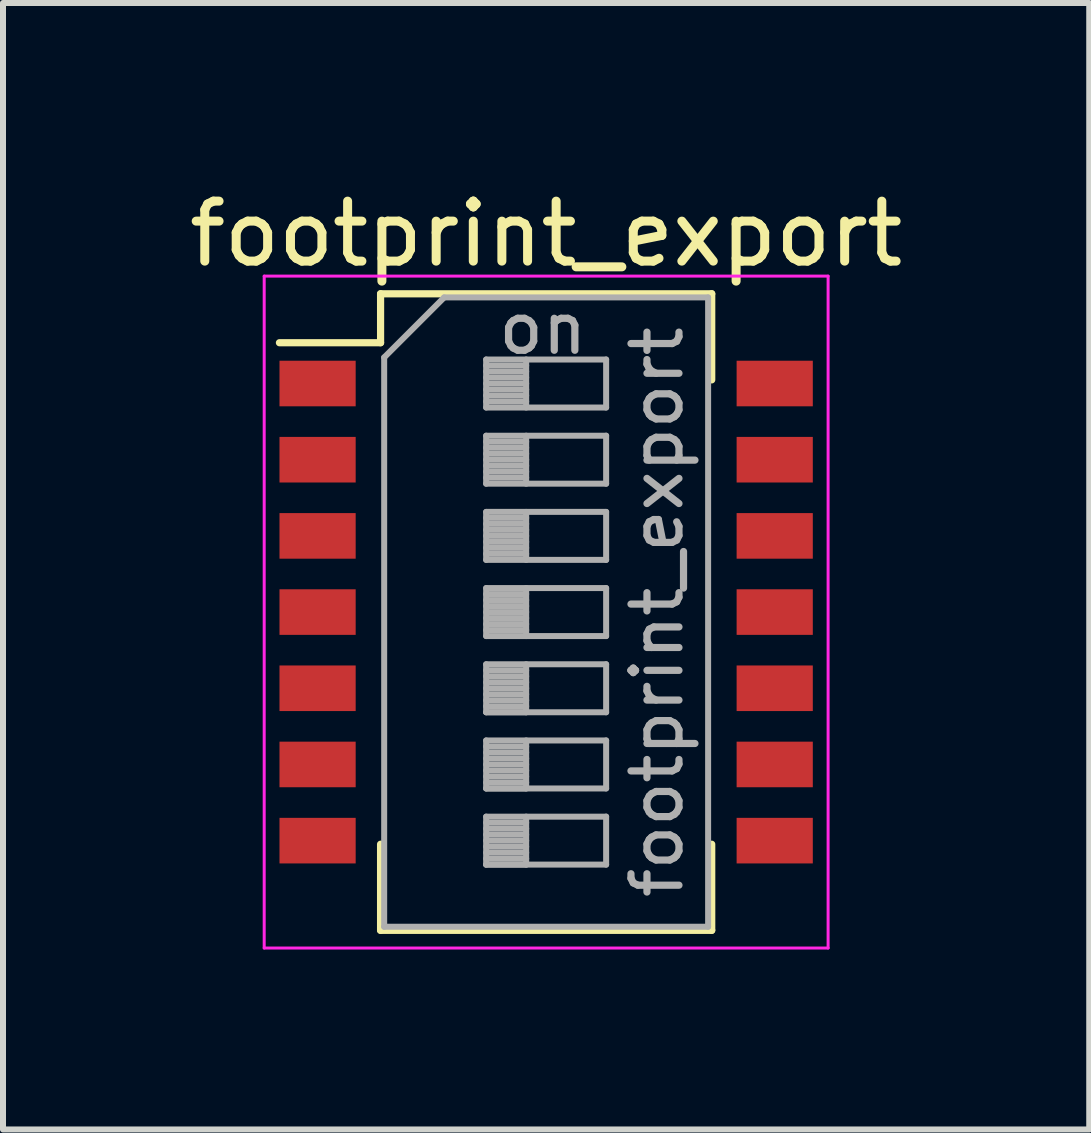
<source format=kicad_pcb>
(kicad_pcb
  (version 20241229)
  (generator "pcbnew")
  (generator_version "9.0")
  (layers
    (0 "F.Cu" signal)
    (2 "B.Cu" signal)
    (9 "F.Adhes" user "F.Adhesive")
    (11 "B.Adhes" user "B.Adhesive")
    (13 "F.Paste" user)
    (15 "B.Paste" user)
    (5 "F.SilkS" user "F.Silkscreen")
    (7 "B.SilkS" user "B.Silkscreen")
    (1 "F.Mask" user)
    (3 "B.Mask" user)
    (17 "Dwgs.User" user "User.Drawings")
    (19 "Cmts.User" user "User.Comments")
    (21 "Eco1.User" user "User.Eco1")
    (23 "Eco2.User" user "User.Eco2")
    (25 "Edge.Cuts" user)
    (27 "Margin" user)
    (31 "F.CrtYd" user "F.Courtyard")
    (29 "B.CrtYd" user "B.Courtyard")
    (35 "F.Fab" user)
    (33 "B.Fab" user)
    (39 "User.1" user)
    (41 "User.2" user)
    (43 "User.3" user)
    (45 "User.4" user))
  (footprint "footprint_export"
    (layer "F.Cu")
    (at 6.054 7.153)
    (property "Reference" "footprint_export" (at 0 -6.305 0) (layer "F.SilkS") (effects (font (size 1 1) (thickness 0.15))))
    (attr smd)
    (fp_line (start -4.446 -4.49) (end -2.76 -4.49) (stroke (width 0.12) (type solid)) (layer "F.SilkS"))
    (fp_line (start -2.76 -5.306) (end -2.76 -4.49) (stroke (width 0.12) (type solid)) (layer "F.SilkS"))
    (fp_line (start -2.76 -5.306) (end 2.76 -5.306) (stroke (width 0.12) (type solid)) (layer "F.SilkS"))
    (fp_line (start -2.76 3.87) (end -2.76 5.305) (stroke (width 0.12) (type solid)) (layer "F.SilkS"))
    (fp_line (start -2.76 5.305) (end 2.76 5.305) (stroke (width 0.12) (type solid)) (layer "F.SilkS"))
    (fp_line (start 2.76 -5.306) (end 2.76 -3.871) (stroke (width 0.12) (type solid)) (layer "F.SilkS"))
    (fp_line (start 2.76 3.87) (end 2.76 5.305) (stroke (width 0.12) (type solid)) (layer "F.SilkS"))
    (fp_line (start -4.7 -5.6) (end -4.7 5.6) (stroke (width 0.05) (type solid)) (layer "F.CrtYd"))
    (fp_line (start -4.7 5.6) (end 4.7 5.6) (stroke (width 0.05) (type solid)) (layer "F.CrtYd"))
    (fp_line (start 4.7 -5.6) (end -4.7 -5.6) (stroke (width 0.05) (type solid)) (layer "F.CrtYd"))
    (fp_line (start 4.7 5.6) (end 4.7 -5.6) (stroke (width 0.05) (type solid)) (layer "F.CrtYd"))
    (fp_line (start -2.7 -4.245) (end -1.7 -5.245) (stroke (width 0.1) (type solid)) (layer "F.Fab"))
    (fp_line (start -2.7 5.245) (end -2.7 -4.245) (stroke (width 0.1) (type solid)) (layer "F.Fab"))
    (fp_line (start -1.7 -5.245) (end 2.7 -5.245) (stroke (width 0.1) (type solid)) (layer "F.Fab"))
    (fp_line (start -1 -4.21) (end -1 -3.41) (stroke (width 0.1) (type solid)) (layer "F.Fab"))
    (fp_line (start -1 -4.11) (end -0.333 -4.11) (stroke (width 0.1) (type solid)) (layer "F.Fab"))
    (fp_line (start -1 -4.01) (end -0.333 -4.01) (stroke (width 0.1) (type solid)) (layer "F.Fab"))
    (fp_line (start -1 -3.91) (end -0.333 -3.91) (stroke (width 0.1) (type solid)) (layer "F.Fab"))
    (fp_line (start -1 -3.81) (end -0.333 -3.81) (stroke (width 0.1) (type solid)) (layer "F.Fab"))
    (fp_line (start -1 -3.71) (end -0.333 -3.71) (stroke (width 0.1) (type solid)) (layer "F.Fab"))
    (fp_line (start -1 -3.61) (end -0.333 -3.61) (stroke (width 0.1) (type solid)) (layer "F.Fab"))
    (fp_line (start -1 -3.51) (end -0.333 -3.51) (stroke (width 0.1) (type solid)) (layer "F.Fab"))
    (fp_line (start -1 -3.41) (end 1 -3.41) (stroke (width 0.1) (type solid)) (layer "F.Fab"))
    (fp_line (start -1 -2.94) (end -1 -2.14) (stroke (width 0.1) (type solid)) (layer "F.Fab"))
    (fp_line (start -1 -2.84) (end -0.333 -2.84) (stroke (width 0.1) (type solid)) (layer "F.Fab"))
    (fp_line (start -1 -2.74) (end -0.333 -2.74) (stroke (width 0.1) (type solid)) (layer "F.Fab"))
    (fp_line (start -1 -2.64) (end -0.333 -2.64) (stroke (width 0.1) (type solid)) (layer "F.Fab"))
    (fp_line (start -1 -2.54) (end -0.333 -2.54) (stroke (width 0.1) (type solid)) (layer "F.Fab"))
    (fp_line (start -1 -2.44) (end -0.333 -2.44) (stroke (width 0.1) (type solid)) (layer "F.Fab"))
    (fp_line (start -1 -2.34) (end -0.333 -2.34) (stroke (width 0.1) (type solid)) (layer "F.Fab"))
    (fp_line (start -1 -2.24) (end -0.333 -2.24) (stroke (width 0.1) (type solid)) (layer "F.Fab"))
    (fp_line (start -1 -2.14) (end 1 -2.14) (stroke (width 0.1) (type solid)) (layer "F.Fab"))
    (fp_line (start -1 -1.67) (end -1 -0.87) (stroke (width 0.1) (type solid)) (layer "F.Fab"))
    (fp_line (start -1 -1.57) (end -0.333 -1.57) (stroke (width 0.1) (type solid)) (layer "F.Fab"))
    (fp_line (start -1 -1.47) (end -0.333 -1.47) (stroke (width 0.1) (type solid)) (layer "F.Fab"))
    (fp_line (start -1 -1.37) (end -0.333 -1.37) (stroke (width 0.1) (type solid)) (layer "F.Fab"))
    (fp_line (start -1 -1.27) (end -0.333 -1.27) (stroke (width 0.1) (type solid)) (layer "F.Fab"))
    (fp_line (start -1 -1.17) (end -0.333 -1.17) (stroke (width 0.1) (type solid)) (layer "F.Fab"))
    (fp_line (start -1 -1.07) (end -0.333 -1.07) (stroke (width 0.1) (type solid)) (layer "F.Fab"))
    (fp_line (start -1 -0.97) (end -0.333 -0.97) (stroke (width 0.1) (type solid)) (layer "F.Fab"))
    (fp_line (start -1 -0.87) (end 1 -0.87) (stroke (width 0.1) (type solid)) (layer "F.Fab"))
    (fp_line (start -1 -0.4) (end -1 0.4) (stroke (width 0.1) (type solid)) (layer "F.Fab"))
    (fp_line (start -1 -0.3) (end -0.333 -0.3) (stroke (width 0.1) (type solid)) (layer "F.Fab"))
    (fp_line (start -1 -0.2) (end -0.333 -0.2) (stroke (width 0.1) (type solid)) (layer "F.Fab"))
    (fp_line (start -1 -0.1) (end -0.333 -0.1) (stroke (width 0.1) (type solid)) (layer "F.Fab"))
    (fp_line (start -1 0) (end -0.333 0) (stroke (width 0.1) (type solid)) (layer "F.Fab"))
    (fp_line (start -1 0.1) (end -0.333 0.1) (stroke (width 0.1) (type solid)) (layer "F.Fab"))
    (fp_line (start -1 0.2) (end -0.333 0.2) (stroke (width 0.1) (type solid)) (layer "F.Fab"))
    (fp_line (start -1 0.3) (end -0.333 0.3) (stroke (width 0.1) (type solid)) (layer "F.Fab"))
    (fp_line (start -1 0.4) (end 1 0.4) (stroke (width 0.1) (type solid)) (layer "F.Fab"))
    (fp_line (start -1 0.87) (end -1 1.67) (stroke (width 0.1) (type solid)) (layer "F.Fab"))
    (fp_line (start -1 0.97) (end -0.333 0.97) (stroke (width 0.1) (type solid)) (layer "F.Fab"))
    (fp_line (start -1 1.07) (end -0.333 1.07) (stroke (width 0.1) (type solid)) (layer "F.Fab"))
    (fp_line (start -1 1.17) (end -0.333 1.17) (stroke (width 0.1) (type solid)) (layer "F.Fab"))
    (fp_line (start -1 1.27) (end -0.333 1.27) (stroke (width 0.1) (type solid)) (layer "F.Fab"))
    (fp_line (start -1 1.37) (end -0.333 1.37) (stroke (width 0.1) (type solid)) (layer "F.Fab"))
    (fp_line (start -1 1.47) (end -0.333 1.47) (stroke (width 0.1) (type solid)) (layer "F.Fab"))
    (fp_line (start -1 1.57) (end -0.333 1.57) (stroke (width 0.1) (type solid)) (layer "F.Fab"))
    (fp_line (start -1 1.67) (end -0.333 1.67) (stroke (width 0.1) (type solid)) (layer "F.Fab"))
    (fp_line (start -1 1.67) (end 1 1.67) (stroke (width 0.1) (type solid)) (layer "F.Fab"))
    (fp_line (start -1 2.14) (end -1 2.94) (stroke (width 0.1) (type solid)) (layer "F.Fab"))
    (fp_line (start -1 2.24) (end -0.333 2.24) (stroke (width 0.1) (type solid)) (layer "F.Fab"))
    (fp_line (start -1 2.34) (end -0.333 2.34) (stroke (width 0.1) (type solid)) (layer "F.Fab"))
    (fp_line (start -1 2.44) (end -0.333 2.44) (stroke (width 0.1) (type solid)) (layer "F.Fab"))
    (fp_line (start -1 2.54) (end -0.333 2.54) (stroke (width 0.1) (type solid)) (layer "F.Fab"))
    (fp_line (start -1 2.64) (end -0.333 2.64) (stroke (width 0.1) (type solid)) (layer "F.Fab"))
    (fp_line (start -1 2.74) (end -0.333 2.74) (stroke (width 0.1) (type solid)) (layer "F.Fab"))
    (fp_line (start -1 2.84) (end -0.333 2.84) (stroke (width 0.1) (type solid)) (layer "F.Fab"))
    (fp_line (start -1 2.94) (end -0.333 2.94) (stroke (width 0.1) (type solid)) (layer "F.Fab"))
    (fp_line (start -1 2.94) (end 1 2.94) (stroke (width 0.1) (type solid)) (layer "F.Fab"))
    (fp_line (start -1 3.41) (end -1 4.21) (stroke (width 0.1) (type solid)) (layer "F.Fab"))
    (fp_line (start -1 3.51) (end -0.333 3.51) (stroke (width 0.1) (type solid)) (layer "F.Fab"))
    (fp_line (start -1 3.61) (end -0.333 3.61) (stroke (width 0.1) (type solid)) (layer "F.Fab"))
    (fp_line (start -1 3.71) (end -0.333 3.71) (stroke (width 0.1) (type solid)) (layer "F.Fab"))
    (fp_line (start -1 3.81) (end -0.333 3.81) (stroke (width 0.1) (type solid)) (layer "F.Fab"))
    (fp_line (start -1 3.91) (end -0.333 3.91) (stroke (width 0.1) (type solid)) (layer "F.Fab"))
    (fp_line (start -1 4.01) (end -0.333 4.01) (stroke (width 0.1) (type solid)) (layer "F.Fab"))
    (fp_line (start -1 4.11) (end -0.333 4.11) (stroke (width 0.1) (type solid)) (layer "F.Fab"))
    (fp_line (start -1 4.21) (end -0.333 4.21) (stroke (width 0.1) (type solid)) (layer "F.Fab"))
    (fp_line (start -1 4.21) (end 1 4.21) (stroke (width 0.1) (type solid)) (layer "F.Fab"))
    (fp_line (start -0.333 -4.21) (end -0.333 -3.41) (stroke (width 0.1) (type solid)) (layer "F.Fab"))
    (fp_line (start -0.333 -2.94) (end -0.333 -2.14) (stroke (width 0.1) (type solid)) (layer "F.Fab"))
    (fp_line (start -0.333 -1.67) (end -0.333 -0.87) (stroke (width 0.1) (type solid)) (layer "F.Fab"))
    (fp_line (start -0.333 -0.4) (end -0.333 0.4) (stroke (width 0.1) (type solid)) (layer "F.Fab"))
    (fp_line (start -0.333 0.87) (end -0.333 1.67) (stroke (width 0.1) (type solid)) (layer "F.Fab"))
    (fp_line (start -0.333 2.14) (end -0.333 2.94) (stroke (width 0.1) (type solid)) (layer "F.Fab"))
    (fp_line (start -0.333 3.41) (end -0.333 4.21) (stroke (width 0.1) (type solid)) (layer "F.Fab"))
    (fp_line (start 1 -4.21) (end -1 -4.21) (stroke (width 0.1) (type solid)) (layer "F.Fab"))
    (fp_line (start 1 -3.41) (end 1 -4.21) (stroke (width 0.1) (type solid)) (layer "F.Fab"))
    (fp_line (start 1 -2.94) (end -1 -2.94) (stroke (width 0.1) (type solid)) (layer "F.Fab"))
    (fp_line (start 1 -2.14) (end 1 -2.94) (stroke (width 0.1) (type solid)) (layer "F.Fab"))
    (fp_line (start 1 -1.67) (end -1 -1.67) (stroke (width 0.1) (type solid)) (layer "F.Fab"))
    (fp_line (start 1 -0.87) (end 1 -1.67) (stroke (width 0.1) (type solid)) (layer "F.Fab"))
    (fp_line (start 1 -0.4) (end -1 -0.4) (stroke (width 0.1) (type solid)) (layer "F.Fab"))
    (fp_line (start 1 0.4) (end 1 -0.4) (stroke (width 0.1) (type solid)) (layer "F.Fab"))
    (fp_line (start 1 0.87) (end -1 0.87) (stroke (width 0.1) (type solid)) (layer "F.Fab"))
    (fp_line (start 1 1.67) (end 1 0.87) (stroke (width 0.1) (type solid)) (layer "F.Fab"))
    (fp_line (start 1 2.14) (end -1 2.14) (stroke (width 0.1) (type solid)) (layer "F.Fab"))
    (fp_line (start 1 2.94) (end 1 2.14) (stroke (width 0.1) (type solid)) (layer "F.Fab"))
    (fp_line (start 1 3.41) (end -1 3.41) (stroke (width 0.1) (type solid)) (layer "F.Fab"))
    (fp_line (start 1 4.21) (end 1 3.41) (stroke (width 0.1) (type solid)) (layer "F.Fab"))
    (fp_line (start 2.7 -5.245) (end 2.7 5.245) (stroke (width 0.1) (type solid)) (layer "F.Fab"))
    (fp_line (start 2.7 5.245) (end -2.7 5.245) (stroke (width 0.1) (type solid)) (layer "F.Fab"))
    (fp_text user "on" (at -0.055 -4.728 0) (layer "F.Fab") (effects (font (size 0.8 0.8) (thickness 0.12))))
    (fp_text user "${REFERENCE}" (at 1.85 0 90) (layer "F.Fab") (effects (font (size 0.8 0.8) (thickness 0.12))))
    (pad "1" smd rect (at -3.81 -3.81) (size 1.27 0.76) (layers "F.Cu" "F.Mask" "F.Paste"))
    (pad "2" smd rect (at -3.81 -2.54) (size 1.27 0.76) (layers "F.Cu" "F.Mask" "F.Paste"))
    (pad "3" smd rect (at -3.81 -1.27) (size 1.27 0.76) (layers "F.Cu" "F.Mask" "F.Paste"))
    (pad "4" smd rect (at -3.81 0) (size 1.27 0.76) (layers "F.Cu" "F.Mask" "F.Paste"))
    (pad "5" smd rect (at -3.81 1.27) (size 1.27 0.76) (layers "F.Cu" "F.Mask" "F.Paste"))
    (pad "6" smd rect (at -3.81 2.54) (size 1.27 0.76) (layers "F.Cu" "F.Mask" "F.Paste"))
    (pad "7" smd rect (at -3.81 3.81) (size 1.27 0.76) (layers "F.Cu" "F.Mask" "F.Paste"))
    (pad "8" smd rect (at 3.81 3.81) (size 1.27 0.76) (layers "F.Cu" "F.Mask" "F.Paste"))
    (pad "9" smd rect (at 3.81 2.54) (size 1.27 0.76) (layers "F.Cu" "F.Mask" "F.Paste"))
    (pad "10" smd rect (at 3.81 1.27) (size 1.27 0.76) (layers "F.Cu" "F.Mask" "F.Paste"))
    (pad "11" smd rect (at 3.81 0) (size 1.27 0.76) (layers "F.Cu" "F.Mask" "F.Paste"))
    (pad "12" smd rect (at 3.81 -1.27) (size 1.27 0.76) (layers "F.Cu" "F.Mask" "F.Paste"))
    (pad "13" smd rect (at 3.81 -2.54) (size 1.27 0.76) (layers "F.Cu" "F.Mask" "F.Paste"))
    (pad "14" smd rect (at 3.81 -3.81) (size 1.27 0.76) (layers "F.Cu" "F.Mask" "F.Paste")))
  (gr_rect
    (start -3 -3)
    (end 15.107 15.778)
    (stroke (width 0.1) (type default))
    (fill no)
    (layer "Edge.Cuts")))
</source>
